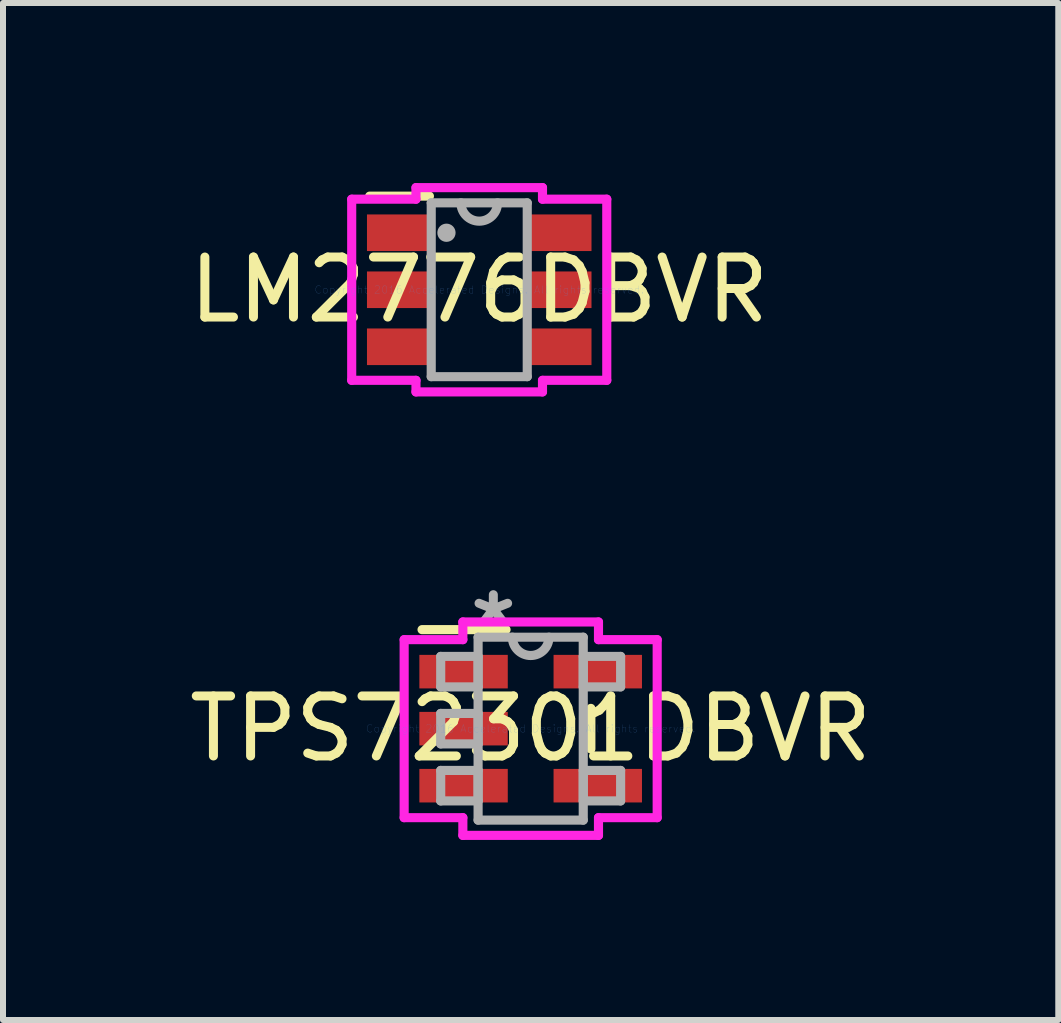
<source format=kicad_pcb>
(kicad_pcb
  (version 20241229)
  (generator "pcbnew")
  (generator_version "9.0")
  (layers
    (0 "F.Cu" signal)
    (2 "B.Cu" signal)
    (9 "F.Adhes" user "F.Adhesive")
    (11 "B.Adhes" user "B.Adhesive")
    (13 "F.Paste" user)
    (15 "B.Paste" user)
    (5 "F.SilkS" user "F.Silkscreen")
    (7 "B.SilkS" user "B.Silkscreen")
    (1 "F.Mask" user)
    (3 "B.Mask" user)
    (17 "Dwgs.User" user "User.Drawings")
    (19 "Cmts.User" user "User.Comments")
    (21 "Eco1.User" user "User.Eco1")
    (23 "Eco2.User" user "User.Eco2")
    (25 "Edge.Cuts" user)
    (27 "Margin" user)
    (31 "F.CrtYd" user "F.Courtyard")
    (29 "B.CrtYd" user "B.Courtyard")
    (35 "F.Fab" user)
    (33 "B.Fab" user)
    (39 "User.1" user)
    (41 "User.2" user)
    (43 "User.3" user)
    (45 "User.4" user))
  (footprint "TPS72301DBVR"
    (layer "F.Cu")
    (at 5.792 9.091)
    (property "Reference" "TPS72301DBVR" (at 0 0 0) (layer "F.SilkS") (effects (font (size 1 1) (thickness 0.15))))
    (attr through_hole)
    (fp_line (start -0.41 -1.65) (end -1.81 -1.65) (stroke (width 0.152) (type solid)) (layer "F.SilkS"))
    (fp_line (start 1.003 0.338) (end 1.003 -0.338) (stroke (width 0.152) (type solid)) (layer "F.SilkS"))
    (fp_line (start -2.108 -1.483) (end -1.13 -1.483) (stroke (width 0.152) (type solid)) (layer "F.CrtYd"))
    (fp_line (start -2.108 1.483) (end -2.108 -1.483) (stroke (width 0.152) (type solid)) (layer "F.CrtYd"))
    (fp_line (start -1.13 -1.778) (end 1.13 -1.778) (stroke (width 0.152) (type solid)) (layer "F.CrtYd"))
    (fp_line (start -1.13 -1.483) (end -1.13 -1.778) (stroke (width 0.152) (type solid)) (layer "F.CrtYd"))
    (fp_line (start -1.13 1.483) (end -2.108 1.483) (stroke (width 0.152) (type solid)) (layer "F.CrtYd"))
    (fp_line (start -1.13 1.778) (end -1.13 1.483) (stroke (width 0.152) (type solid)) (layer "F.CrtYd"))
    (fp_line (start 1.13 -1.778) (end 1.13 -1.483) (stroke (width 0.152) (type solid)) (layer "F.CrtYd"))
    (fp_line (start 1.13 -1.483) (end 2.108 -1.483) (stroke (width 0.152) (type solid)) (layer "F.CrtYd"))
    (fp_line (start 1.13 1.483) (end 1.13 1.778) (stroke (width 0.152) (type solid)) (layer "F.CrtYd"))
    (fp_line (start 1.13 1.778) (end -1.13 1.778) (stroke (width 0.152) (type solid)) (layer "F.CrtYd"))
    (fp_line (start 2.108 -1.483) (end 2.108 1.483) (stroke (width 0.152) (type solid)) (layer "F.CrtYd"))
    (fp_line (start 2.108 1.483) (end 1.13 1.483) (stroke (width 0.152) (type solid)) (layer "F.CrtYd"))
    (fp_line (start -1.499 -1.204) (end -1.499 -0.696) (stroke (width 0.152) (type solid)) (layer "F.Fab"))
    (fp_line (start -1.499 -0.696) (end -0.876 -0.696) (stroke (width 0.152) (type solid)) (layer "F.Fab"))
    (fp_line (start -1.499 -0.254) (end -1.499 0.254) (stroke (width 0.152) (type solid)) (layer "F.Fab"))
    (fp_line (start -1.499 0.254) (end -0.876 0.254) (stroke (width 0.152) (type solid)) (layer "F.Fab"))
    (fp_line (start -1.499 0.696) (end -1.499 1.204) (stroke (width 0.152) (type solid)) (layer "F.Fab"))
    (fp_line (start -1.499 1.204) (end -0.876 1.204) (stroke (width 0.152) (type solid)) (layer "F.Fab"))
    (fp_line (start -0.876 -1.524) (end -0.876 1.524) (stroke (width 0.152) (type solid)) (layer "F.Fab"))
    (fp_line (start -0.876 -1.204) (end -1.499 -1.204) (stroke (width 0.152) (type solid)) (layer "F.Fab"))
    (fp_line (start -0.876 -0.696) (end -0.876 -1.204) (stroke (width 0.152) (type solid)) (layer "F.Fab"))
    (fp_line (start -0.876 -0.254) (end -1.499 -0.254) (stroke (width 0.152) (type solid)) (layer "F.Fab"))
    (fp_line (start -0.876 0.254) (end -0.876 -0.254) (stroke (width 0.152) (type solid)) (layer "F.Fab"))
    (fp_line (start -0.876 0.696) (end -1.499 0.696) (stroke (width 0.152) (type solid)) (layer "F.Fab"))
    (fp_line (start -0.876 1.204) (end -0.876 0.696) (stroke (width 0.152) (type solid)) (layer "F.Fab"))
    (fp_line (start -0.876 1.524) (end 0.876 1.524) (stroke (width 0.152) (type solid)) (layer "F.Fab"))
    (fp_line (start 0.876 -1.524) (end -0.876 -1.524) (stroke (width 0.152) (type solid)) (layer "F.Fab"))
    (fp_line (start 0.876 -1.204) (end 0.876 -0.696) (stroke (width 0.152) (type solid)) (layer "F.Fab"))
    (fp_line (start 0.876 -0.696) (end 1.499 -0.696) (stroke (width 0.152) (type solid)) (layer "F.Fab"))
    (fp_line (start 0.876 0.696) (end 0.876 1.204) (stroke (width 0.152) (type solid)) (layer "F.Fab"))
    (fp_line (start 0.876 1.204) (end 1.499 1.204) (stroke (width 0.152) (type solid)) (layer "F.Fab"))
    (fp_line (start 0.876 1.524) (end 0.876 -1.524) (stroke (width 0.152) (type solid)) (layer "F.Fab"))
    (fp_line (start 1.499 -1.204) (end 0.876 -1.204) (stroke (width 0.152) (type solid)) (layer "F.Fab"))
    (fp_line (start 1.499 -0.696) (end 1.499 -1.204) (stroke (width 0.152) (type solid)) (layer "F.Fab"))
    (fp_line (start 1.499 0.696) (end 0.876 0.696) (stroke (width 0.152) (type solid)) (layer "F.Fab"))
    (fp_line (start 1.499 1.204) (end 1.499 0.696) (stroke (width 0.152) (type solid)) (layer "F.Fab"))
    (fp_arc (start 0.3048 -1.524) (mid 0 -1.2192) (end -0.3048 -1.524) (stroke (width 0.1524) (type solid)) (layer "F.Fab"))
    (fp_text user "Copyright 2016 Accelerated Designs. All rights reserved." (at 0 0 0) (layer "Cmts.User") (effects (font (size 0.127 0.127) (thickness 0.002))))
    (fp_text user "*" (at -0.622 -1.687 0) (layer "F.Fab") (effects (font (size 1 1) (thickness 0.15))))
    (pad "1" smd rect (at -1.118 -0.95) (size 1.473 0.559) (layers "F.Cu" "F.Mask" "F.Paste"))
    (pad "2" smd rect (at -1.118 0) (size 1.473 0.559) (layers "F.Cu" "F.Mask" "F.Paste"))
    (pad "3" smd rect (at -1.118 0.95) (size 1.473 0.559) (layers "F.Cu" "F.Mask" "F.Paste"))
    (pad "4" smd rect (at 1.118 0.95) (size 1.473 0.559) (layers "F.Cu" "F.Mask" "F.Paste"))
    (pad "5" smd rect (at 1.118 -0.95) (size 1.473 0.559) (layers "F.Cu" "F.Mask" "F.Paste")))
  (footprint "LM2776DBVR"
    (layer "F.Cu")
    (at 4.935 1.778)
    (property "Reference" "LM2776DBVR" (at 0 0 0) (layer "F.SilkS") (effects (font (size 1 1) (thickness 0.15))))
    (attr through_hole)
    (fp_line (start -0.83 -1.56) (end -1.826 -1.56) (stroke (width 0.152) (type solid)) (layer "F.SilkS"))
    (fp_line (start -2.125 -1.509) (end -1.054 -1.509) (stroke (width 0.152) (type solid)) (layer "F.CrtYd"))
    (fp_line (start -2.125 1.509) (end -2.125 -1.509) (stroke (width 0.152) (type solid)) (layer "F.CrtYd"))
    (fp_line (start -1.054 -1.702) (end 1.054 -1.702) (stroke (width 0.152) (type solid)) (layer "F.CrtYd"))
    (fp_line (start -1.054 -1.509) (end -1.054 -1.702) (stroke (width 0.152) (type solid)) (layer "F.CrtYd"))
    (fp_line (start -1.054 1.509) (end -2.125 1.509) (stroke (width 0.152) (type solid)) (layer "F.CrtYd"))
    (fp_line (start -1.054 1.702) (end -1.054 1.509) (stroke (width 0.152) (type solid)) (layer "F.CrtYd"))
    (fp_line (start 1.054 -1.702) (end 1.054 -1.509) (stroke (width 0.152) (type solid)) (layer "F.CrtYd"))
    (fp_line (start 1.054 -1.509) (end 2.125 -1.509) (stroke (width 0.152) (type solid)) (layer "F.CrtYd"))
    (fp_line (start 1.054 1.509) (end 1.054 1.702) (stroke (width 0.152) (type solid)) (layer "F.CrtYd"))
    (fp_line (start 1.054 1.702) (end -1.054 1.702) (stroke (width 0.152) (type solid)) (layer "F.CrtYd"))
    (fp_line (start 2.125 -1.509) (end 2.125 1.509) (stroke (width 0.152) (type solid)) (layer "F.CrtYd"))
    (fp_line (start 2.125 1.509) (end 1.054 1.509) (stroke (width 0.152) (type solid)) (layer "F.CrtYd"))
    (fp_line (start -0.8 -1.448) (end -0.8 1.448) (stroke (width 0.152) (type solid)) (layer "F.Fab"))
    (fp_line (start -0.8 1.448) (end 0.8 1.448) (stroke (width 0.152) (type solid)) (layer "F.Fab"))
    (fp_line (start 0.8 -1.448) (end -0.8 -1.448) (stroke (width 0.152) (type solid)) (layer "F.Fab"))
    (fp_line (start 0.8 1.448) (end 0.8 -1.448) (stroke (width 0.152) (type solid)) (layer "F.Fab"))
    (fp_arc (start 0.3048 -1.4478) (mid 0 -1.143) (end -0.3048 -1.4478) (stroke (width 0.1524) (type solid)) (layer "F.Fab"))
    (fp_circle (center -0.546 -0.95) (end -0.47 -0.95) (stroke (width 0.152) (type solid)) (fill no) (layer "F.Fab"))
    (fp_text user "Copyright 2016 Accelerated Designs. All rights reserved." (at 0 0 0) (layer "Cmts.User") (effects (font (size 0.127 0.127) (thickness 0.002))))
    (pad "1" smd rect (at -1.35 -0.95) (size 1.041 0.61) (layers "F.Cu" "F.Mask" "F.Paste"))
    (pad "2" smd rect (at -1.35 0) (size 1.041 0.61) (layers "F.Cu" "F.Mask" "F.Paste"))
    (pad "3" smd rect (at -1.35 0.95) (size 1.041 0.61) (layers "F.Cu" "F.Mask" "F.Paste"))
    (pad "4" smd rect (at 1.35 0.95) (size 1.041 0.61) (layers "F.Cu" "F.Mask" "F.Paste"))
    (pad "5" smd rect (at 1.35 0) (size 1.041 0.61) (layers "F.Cu" "F.Mask" "F.Paste"))
    (pad "6" smd rect (at 1.35 -0.95) (size 1.041 0.61) (layers "F.Cu" "F.Mask" "F.Paste")))
  (gr_rect
    (start -3 -3)
    (end 14.583 13.945)
    (stroke (width 0.1) (type default))
    (fill no)
    (layer "Edge.Cuts")))
</source>
